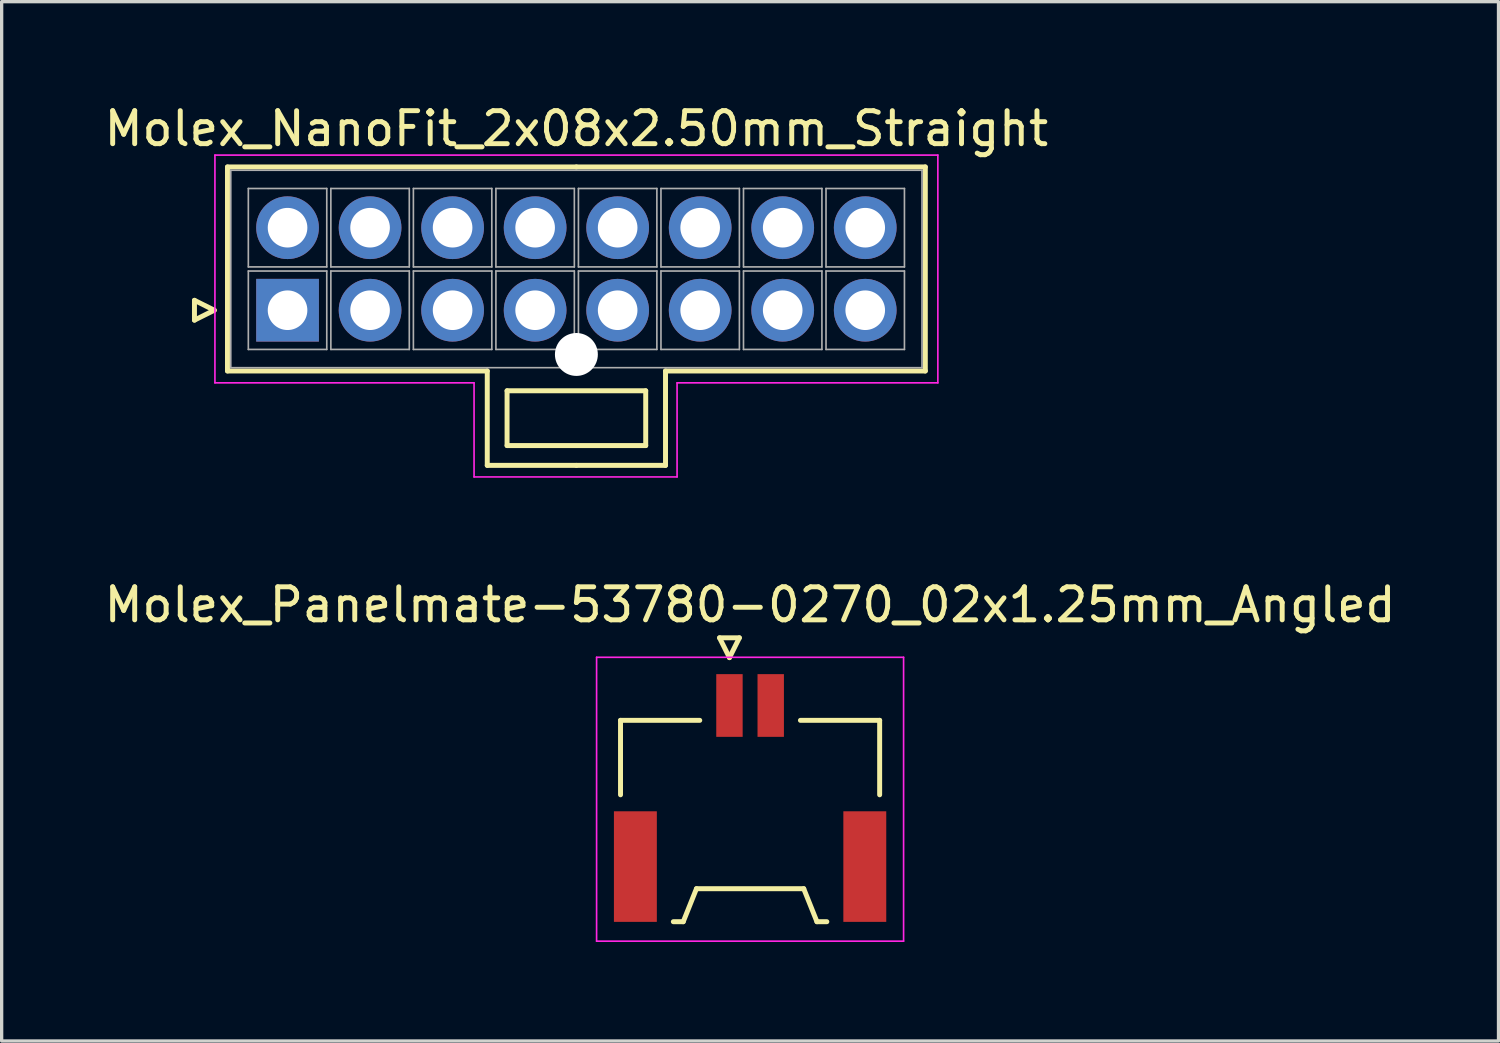
<source format=kicad_pcb>
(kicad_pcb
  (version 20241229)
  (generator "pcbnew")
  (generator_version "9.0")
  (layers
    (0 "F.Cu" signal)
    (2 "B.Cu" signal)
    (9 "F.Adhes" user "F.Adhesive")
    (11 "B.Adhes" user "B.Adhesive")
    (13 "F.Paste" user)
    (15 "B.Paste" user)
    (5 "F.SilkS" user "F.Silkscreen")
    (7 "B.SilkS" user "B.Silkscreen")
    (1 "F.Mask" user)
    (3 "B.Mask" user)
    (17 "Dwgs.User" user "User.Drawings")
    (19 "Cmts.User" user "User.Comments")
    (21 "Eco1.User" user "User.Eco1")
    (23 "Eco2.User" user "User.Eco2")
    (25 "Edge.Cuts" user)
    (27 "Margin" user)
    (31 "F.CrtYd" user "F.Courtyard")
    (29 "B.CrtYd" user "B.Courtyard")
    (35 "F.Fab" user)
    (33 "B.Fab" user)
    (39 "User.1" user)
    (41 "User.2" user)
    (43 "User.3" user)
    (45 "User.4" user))
  (footprint "Molex_NanoFit_2x08x2.50mm_Straight"
    (layer "F.Cu")
    (at 5.661 6.348)
    (property "Reference" "Molex_NanoFit_2x08x2.50mm_Straight" (at 8.75 -5.5 0) (layer "F.SilkS") (effects (font (size 1 1) (thickness 0.15))))
    (attr through_hole)
    (fp_line (start -2.82 -0.3) (end -2.22 0) (stroke (width 0.15) (type solid)) (layer "F.SilkS"))
    (fp_line (start -2.82 0.3) (end -2.82 -0.3) (stroke (width 0.15) (type solid)) (layer "F.SilkS"))
    (fp_line (start -2.22 0) (end -2.82 0.3) (stroke (width 0.15) (type solid)) (layer "F.SilkS"))
    (fp_line (start -1.82 -4.34) (end -1.82 1.84) (stroke (width 0.15) (type solid)) (layer "F.SilkS"))
    (fp_line (start -1.82 1.84) (end 6.05 1.84) (stroke (width 0.15) (type solid)) (layer "F.SilkS"))
    (fp_line (start 6.05 1.84) (end 6.05 4.7) (stroke (width 0.15) (type solid)) (layer "F.SilkS"))
    (fp_line (start 6.05 4.7) (end 8.75 4.7) (stroke (width 0.15) (type solid)) (layer "F.SilkS"))
    (fp_line (start 6.65 2.44) (end 6.65 4.1) (stroke (width 0.15) (type solid)) (layer "F.SilkS"))
    (fp_line (start 6.65 4.1) (end 10.85 4.1) (stroke (width 0.15) (type solid)) (layer "F.SilkS"))
    (fp_line (start 8.75 -4.34) (end -1.82 -4.34) (stroke (width 0.15) (type solid)) (layer "F.SilkS"))
    (fp_line (start 8.75 -4.34) (end 19.32 -4.34) (stroke (width 0.15) (type solid)) (layer "F.SilkS"))
    (fp_line (start 10.85 2.44) (end 6.65 2.44) (stroke (width 0.15) (type solid)) (layer "F.SilkS"))
    (fp_line (start 10.85 4.1) (end 10.85 2.44) (stroke (width 0.15) (type solid)) (layer "F.SilkS"))
    (fp_line (start 11.45 1.84) (end 11.45 4.7) (stroke (width 0.15) (type solid)) (layer "F.SilkS"))
    (fp_line (start 11.45 4.7) (end 8.75 4.7) (stroke (width 0.15) (type solid)) (layer "F.SilkS"))
    (fp_line (start 19.32 -4.34) (end 19.32 1.84) (stroke (width 0.15) (type solid)) (layer "F.SilkS"))
    (fp_line (start 19.32 1.84) (end 11.45 1.84) (stroke (width 0.15) (type solid)) (layer "F.SilkS"))
    (fp_line (start -2.2 -4.7) (end -2.2 2.2) (stroke (width 0.05) (type solid)) (layer "F.CrtYd"))
    (fp_line (start -2.2 2.2) (end 5.65 2.2) (stroke (width 0.05) (type solid)) (layer "F.CrtYd"))
    (fp_line (start 5.65 2.2) (end 5.65 5.05) (stroke (width 0.05) (type solid)) (layer "F.CrtYd"))
    (fp_line (start 5.65 5.05) (end 11.8 5.05) (stroke (width 0.05) (type solid)) (layer "F.CrtYd"))
    (fp_line (start 11.8 2.2) (end 19.7 2.2) (stroke (width 0.05) (type solid)) (layer "F.CrtYd"))
    (fp_line (start 11.8 5.05) (end 11.8 2.2) (stroke (width 0.05) (type solid)) (layer "F.CrtYd"))
    (fp_line (start 19.7 -4.7) (end -2.2 -4.7) (stroke (width 0.05) (type solid)) (layer "F.CrtYd"))
    (fp_line (start 19.7 2.2) (end 19.7 -4.7) (stroke (width 0.05) (type solid)) (layer "F.CrtYd"))
    (fp_line (start -1.72 -4.24) (end -1.72 1.74) (stroke (width 0.05) (type solid)) (layer "F.Fab"))
    (fp_line (start -1.72 1.74) (end 19.22 1.74) (stroke (width 0.05) (type solid)) (layer "F.Fab"))
    (fp_line (start -1.188 -3.688) (end -1.188 -1.312) (stroke (width 0.05) (type solid)) (layer "F.Fab"))
    (fp_line (start -1.188 -1.312) (end 1.188 -1.312) (stroke (width 0.05) (type solid)) (layer "F.Fab"))
    (fp_line (start -1.188 -1.188) (end -1.188 1.188) (stroke (width 0.05) (type solid)) (layer "F.Fab"))
    (fp_line (start -1.188 1.188) (end 1.188 1.188) (stroke (width 0.05) (type solid)) (layer "F.Fab"))
    (fp_line (start 1.188 -3.688) (end -1.188 -3.688) (stroke (width 0.05) (type solid)) (layer "F.Fab"))
    (fp_line (start 1.188 -1.312) (end 1.188 -3.688) (stroke (width 0.05) (type solid)) (layer "F.Fab"))
    (fp_line (start 1.188 -1.188) (end -1.188 -1.188) (stroke (width 0.05) (type solid)) (layer "F.Fab"))
    (fp_line (start 1.188 1.188) (end 1.188 -1.188) (stroke (width 0.05) (type solid)) (layer "F.Fab"))
    (fp_line (start 1.312 -3.688) (end 1.312 -1.312) (stroke (width 0.05) (type solid)) (layer "F.Fab"))
    (fp_line (start 1.312 -1.312) (end 3.688 -1.312) (stroke (width 0.05) (type solid)) (layer "F.Fab"))
    (fp_line (start 1.312 -1.188) (end 1.312 1.188) (stroke (width 0.05) (type solid)) (layer "F.Fab"))
    (fp_line (start 1.312 1.188) (end 3.688 1.188) (stroke (width 0.05) (type solid)) (layer "F.Fab"))
    (fp_line (start 3.688 -3.688) (end 1.312 -3.688) (stroke (width 0.05) (type solid)) (layer "F.Fab"))
    (fp_line (start 3.688 -1.312) (end 3.688 -3.688) (stroke (width 0.05) (type solid)) (layer "F.Fab"))
    (fp_line (start 3.688 -1.188) (end 1.312 -1.188) (stroke (width 0.05) (type solid)) (layer "F.Fab"))
    (fp_line (start 3.688 1.188) (end 3.688 -1.188) (stroke (width 0.05) (type solid)) (layer "F.Fab"))
    (fp_line (start 3.812 -3.688) (end 3.812 -1.312) (stroke (width 0.05) (type solid)) (layer "F.Fab"))
    (fp_line (start 3.812 -1.312) (end 6.188 -1.312) (stroke (width 0.05) (type solid)) (layer "F.Fab"))
    (fp_line (start 3.812 -1.188) (end 3.812 1.188) (stroke (width 0.05) (type solid)) (layer "F.Fab"))
    (fp_line (start 3.812 1.188) (end 6.188 1.188) (stroke (width 0.05) (type solid)) (layer "F.Fab"))
    (fp_line (start 6.188 -3.688) (end 3.812 -3.688) (stroke (width 0.05) (type solid)) (layer "F.Fab"))
    (fp_line (start 6.188 -1.312) (end 6.188 -3.688) (stroke (width 0.05) (type solid)) (layer "F.Fab"))
    (fp_line (start 6.188 -1.188) (end 3.812 -1.188) (stroke (width 0.05) (type solid)) (layer "F.Fab"))
    (fp_line (start 6.188 1.188) (end 6.188 -1.188) (stroke (width 0.05) (type solid)) (layer "F.Fab"))
    (fp_line (start 6.312 -3.688) (end 6.312 -1.312) (stroke (width 0.05) (type solid)) (layer "F.Fab"))
    (fp_line (start 6.312 -1.312) (end 8.688 -1.312) (stroke (width 0.05) (type solid)) (layer "F.Fab"))
    (fp_line (start 6.312 -1.188) (end 6.312 1.188) (stroke (width 0.05) (type solid)) (layer "F.Fab"))
    (fp_line (start 6.312 1.188) (end 8.688 1.188) (stroke (width 0.05) (type solid)) (layer "F.Fab"))
    (fp_line (start 8.688 -3.688) (end 6.312 -3.688) (stroke (width 0.05) (type solid)) (layer "F.Fab"))
    (fp_line (start 8.688 -1.312) (end 8.688 -3.688) (stroke (width 0.05) (type solid)) (layer "F.Fab"))
    (fp_line (start 8.688 -1.188) (end 6.312 -1.188) (stroke (width 0.05) (type solid)) (layer "F.Fab"))
    (fp_line (start 8.688 1.188) (end 8.688 -1.188) (stroke (width 0.05) (type solid)) (layer "F.Fab"))
    (fp_line (start 8.812 -3.688) (end 8.812 -1.312) (stroke (width 0.05) (type solid)) (layer "F.Fab"))
    (fp_line (start 8.812 -1.312) (end 11.188 -1.312) (stroke (width 0.05) (type solid)) (layer "F.Fab"))
    (fp_line (start 8.812 -1.188) (end 8.812 1.188) (stroke (width 0.05) (type solid)) (layer "F.Fab"))
    (fp_line (start 8.812 1.188) (end 11.188 1.188) (stroke (width 0.05) (type solid)) (layer "F.Fab"))
    (fp_line (start 11.188 -3.688) (end 8.812 -3.688) (stroke (width 0.05) (type solid)) (layer "F.Fab"))
    (fp_line (start 11.188 -1.312) (end 11.188 -3.688) (stroke (width 0.05) (type solid)) (layer "F.Fab"))
    (fp_line (start 11.188 -1.188) (end 8.812 -1.188) (stroke (width 0.05) (type solid)) (layer "F.Fab"))
    (fp_line (start 11.188 1.188) (end 11.188 -1.188) (stroke (width 0.05) (type solid)) (layer "F.Fab"))
    (fp_line (start 11.312 -3.688) (end 11.312 -1.312) (stroke (width 0.05) (type solid)) (layer "F.Fab"))
    (fp_line (start 11.312 -1.312) (end 13.688 -1.312) (stroke (width 0.05) (type solid)) (layer "F.Fab"))
    (fp_line (start 11.312 -1.188) (end 11.312 1.188) (stroke (width 0.05) (type solid)) (layer "F.Fab"))
    (fp_line (start 11.312 1.188) (end 13.688 1.188) (stroke (width 0.05) (type solid)) (layer "F.Fab"))
    (fp_line (start 13.688 -3.688) (end 11.312 -3.688) (stroke (width 0.05) (type solid)) (layer "F.Fab"))
    (fp_line (start 13.688 -1.312) (end 13.688 -3.688) (stroke (width 0.05) (type solid)) (layer "F.Fab"))
    (fp_line (start 13.688 -1.188) (end 11.312 -1.188) (stroke (width 0.05) (type solid)) (layer "F.Fab"))
    (fp_line (start 13.688 1.188) (end 13.688 -1.188) (stroke (width 0.05) (type solid)) (layer "F.Fab"))
    (fp_line (start 13.812 -3.688) (end 13.812 -1.312) (stroke (width 0.05) (type solid)) (layer "F.Fab"))
    (fp_line (start 13.812 -1.312) (end 16.188 -1.312) (stroke (width 0.05) (type solid)) (layer "F.Fab"))
    (fp_line (start 13.812 -1.188) (end 13.812 1.188) (stroke (width 0.05) (type solid)) (layer "F.Fab"))
    (fp_line (start 13.812 1.188) (end 16.188 1.188) (stroke (width 0.05) (type solid)) (layer "F.Fab"))
    (fp_line (start 16.188 -3.688) (end 13.812 -3.688) (stroke (width 0.05) (type solid)) (layer "F.Fab"))
    (fp_line (start 16.188 -1.312) (end 16.188 -3.688) (stroke (width 0.05) (type solid)) (layer "F.Fab"))
    (fp_line (start 16.188 -1.188) (end 13.812 -1.188) (stroke (width 0.05) (type solid)) (layer "F.Fab"))
    (fp_line (start 16.188 1.188) (end 16.188 -1.188) (stroke (width 0.05) (type solid)) (layer "F.Fab"))
    (fp_line (start 16.312 -3.688) (end 16.312 -1.312) (stroke (width 0.05) (type solid)) (layer "F.Fab"))
    (fp_line (start 16.312 -1.312) (end 18.688 -1.312) (stroke (width 0.05) (type solid)) (layer "F.Fab"))
    (fp_line (start 16.312 -1.188) (end 16.312 1.188) (stroke (width 0.05) (type solid)) (layer "F.Fab"))
    (fp_line (start 16.312 1.188) (end 18.688 1.188) (stroke (width 0.05) (type solid)) (layer "F.Fab"))
    (fp_line (start 18.688 -3.688) (end 16.312 -3.688) (stroke (width 0.05) (type solid)) (layer "F.Fab"))
    (fp_line (start 18.688 -1.312) (end 18.688 -3.688) (stroke (width 0.05) (type solid)) (layer "F.Fab"))
    (fp_line (start 18.688 -1.188) (end 16.312 -1.188) (stroke (width 0.05) (type solid)) (layer "F.Fab"))
    (fp_line (start 18.688 1.188) (end 18.688 -1.188) (stroke (width 0.05) (type solid)) (layer "F.Fab"))
    (fp_line (start 19.22 -4.24) (end -1.72 -4.24) (stroke (width 0.05) (type solid)) (layer "F.Fab"))
    (fp_line (start 19.22 1.74) (end 19.22 -4.24) (stroke (width 0.05) (type solid)) (layer "F.Fab"))
    (pad "" np_thru_hole circle (at 8.75 1.34) (size 1.3 1.3) (drill 1.3) (layers "*.Cu"))
    (pad "1" thru_hole rect (at 0 0) (size 1.9 1.9) (drill 1.2) (layers "*.Cu" "*.Mask"))
    (pad "2" thru_hole circle (at 2.5 0) (size 1.9 1.9) (drill 1.2) (layers "*.Cu" "*.Mask"))
    (pad "3" thru_hole circle (at 5 0) (size 1.9 1.9) (drill 1.2) (layers "*.Cu" "*.Mask"))
    (pad "4" thru_hole circle (at 7.5 0) (size 1.9 1.9) (drill 1.2) (layers "*.Cu" "*.Mask"))
    (pad "5" thru_hole circle (at 10 0) (size 1.9 1.9) (drill 1.2) (layers "*.Cu" "*.Mask"))
    (pad "6" thru_hole circle (at 12.5 0) (size 1.9 1.9) (drill 1.2) (layers "*.Cu" "*.Mask"))
    (pad "7" thru_hole circle (at 15 0) (size 1.9 1.9) (drill 1.2) (layers "*.Cu" "*.Mask"))
    (pad "8" thru_hole circle (at 17.5 0) (size 1.9 1.9) (drill 1.2) (layers "*.Cu" "*.Mask"))
    (pad "9" thru_hole circle (at 0 -2.5) (size 1.9 1.9) (drill 1.2) (layers "*.Cu" "*.Mask"))
    (pad "10" thru_hole circle (at 2.5 -2.5) (size 1.9 1.9) (drill 1.2) (layers "*.Cu" "*.Mask"))
    (pad "11" thru_hole circle (at 5 -2.5) (size 1.9 1.9) (drill 1.2) (layers "*.Cu" "*.Mask"))
    (pad "12" thru_hole circle (at 7.5 -2.5) (size 1.9 1.9) (drill 1.2) (layers "*.Cu" "*.Mask"))
    (pad "13" thru_hole circle (at 10 -2.5) (size 1.9 1.9) (drill 1.2) (layers "*.Cu" "*.Mask"))
    (pad "14" thru_hole circle (at 12.5 -2.5) (size 1.9 1.9) (drill 1.2) (layers "*.Cu" "*.Mask"))
    (pad "15" thru_hole circle (at 15 -2.5) (size 1.9 1.9) (drill 1.2) (layers "*.Cu" "*.Mask"))
    (pad "16" thru_hole circle (at 17.5 -2.5) (size 1.9 1.9) (drill 1.2) (layers "*.Cu" "*.Mask")))
  (footprint "Molex_Panelmate-53780-0270_02x1.25mm_Angled"
    (layer "F.Cu")
    (at 19.673 20.762)
    (property "Reference" "Molex_Panelmate-53780-0270_02x1.25mm_Angled" (at 0 -5.49 0) (layer "F.SilkS") (effects (font (size 1 1) (thickness 0.15))))
    (attr smd)
    (fp_line (start -3.925 -1.99) (end -3.925 0.265) (stroke (width 0.15) (type solid)) (layer "F.SilkS"))
    (fp_line (start -2.325 4.11) (end -2.025 4.11) (stroke (width 0.15) (type solid)) (layer "F.SilkS"))
    (fp_line (start -2.025 4.11) (end -1.625 3.11) (stroke (width 0.15) (type solid)) (layer "F.SilkS"))
    (fp_line (start -1.625 3.11) (end 1.625 3.11) (stroke (width 0.15) (type solid)) (layer "F.SilkS"))
    (fp_line (start -1.525 -1.99) (end -3.925 -1.99) (stroke (width 0.15) (type solid)) (layer "F.SilkS"))
    (fp_line (start -0.925 -4.49) (end -0.625 -3.89) (stroke (width 0.15) (type solid)) (layer "F.SilkS"))
    (fp_line (start -0.625 -3.89) (end -0.325 -4.49) (stroke (width 0.15) (type solid)) (layer "F.SilkS"))
    (fp_line (start -0.325 -4.49) (end -0.925 -4.49) (stroke (width 0.15) (type solid)) (layer "F.SilkS"))
    (fp_line (start 1.525 -1.99) (end 3.925 -1.99) (stroke (width 0.15) (type solid)) (layer "F.SilkS"))
    (fp_line (start 1.625 3.11) (end 2.025 4.11) (stroke (width 0.15) (type solid)) (layer "F.SilkS"))
    (fp_line (start 2.025 4.11) (end 2.325 4.11) (stroke (width 0.15) (type solid)) (layer "F.SilkS"))
    (fp_line (start 3.925 -1.99) (end 3.925 0.265) (stroke (width 0.15) (type solid)) (layer "F.SilkS"))
    (fp_line (start -4.65 -3.9) (end -4.65 4.7) (stroke (width 0.05) (type solid)) (layer "F.CrtYd"))
    (fp_line (start -4.65 4.7) (end 4.65 4.7) (stroke (width 0.05) (type solid)) (layer "F.CrtYd"))
    (fp_line (start 4.65 -3.9) (end -4.65 -3.9) (stroke (width 0.05) (type solid)) (layer "F.CrtYd"))
    (fp_line (start 4.65 4.7) (end 4.65 -3.9) (stroke (width 0.05) (type solid)) (layer "F.CrtYd"))
    (pad "" smd rect (at -3.475 2.44) (size 1.3 3.35) (layers "F.Cu" "F.Mask" "F.Paste"))
    (pad "" smd rect (at 3.475 2.44) (size 1.3 3.35) (layers "F.Cu" "F.Mask" "F.Paste"))
    (pad "1" smd rect (at -0.625 -2.44) (size 0.8 1.9) (layers "F.Cu" "F.Mask" "F.Paste"))
    (pad "2" smd rect (at 0.625 -2.44) (size 0.8 1.9) (layers "F.Cu" "F.Mask" "F.Paste")))
  (gr_rect
    (start -3 -3)
    (end 42.345 28.486)
    (stroke (width 0.1) (type default))
    (fill no)
    (layer "Edge.Cuts")))
</source>
